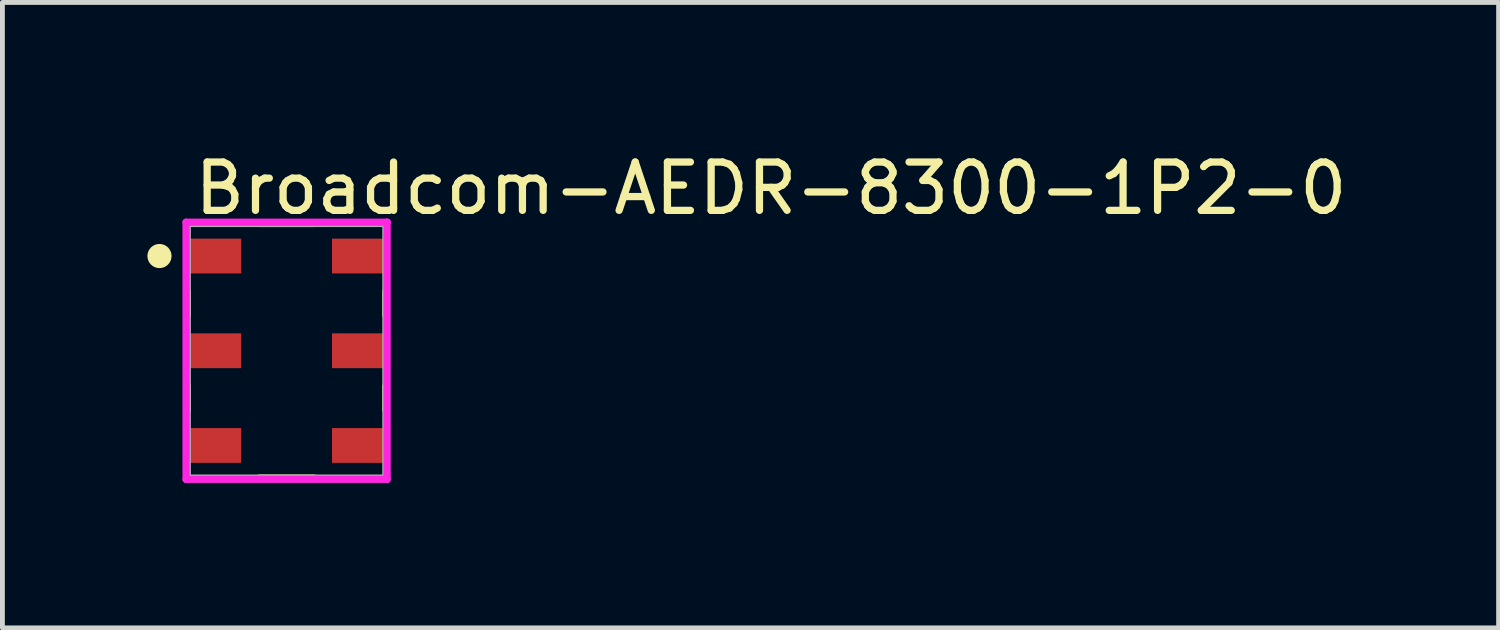
<source format=kicad_pcb>
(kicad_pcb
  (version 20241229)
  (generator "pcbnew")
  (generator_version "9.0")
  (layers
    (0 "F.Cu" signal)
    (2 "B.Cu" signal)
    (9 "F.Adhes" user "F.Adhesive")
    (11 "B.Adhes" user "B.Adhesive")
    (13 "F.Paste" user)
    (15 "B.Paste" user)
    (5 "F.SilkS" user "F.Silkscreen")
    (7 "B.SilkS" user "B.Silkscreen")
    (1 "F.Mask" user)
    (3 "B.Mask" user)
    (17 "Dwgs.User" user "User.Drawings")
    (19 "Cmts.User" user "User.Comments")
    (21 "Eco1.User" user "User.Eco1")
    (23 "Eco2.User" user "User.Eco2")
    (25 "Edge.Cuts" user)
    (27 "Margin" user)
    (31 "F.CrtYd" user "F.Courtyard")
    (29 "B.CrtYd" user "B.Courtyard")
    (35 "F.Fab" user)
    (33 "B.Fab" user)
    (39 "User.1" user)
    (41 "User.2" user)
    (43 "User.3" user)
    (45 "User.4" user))
  (footprint "Broadcom-AEDR-8300-1P2-0"
    (layer "F.Cu")
    (at 2.88 4.208)
    (property "Reference" "Broadcom-AEDR-8300-1P2-0" (at -1.98 -3.36 0) (layer "F.SilkS") (effects (font (size 1 1) (thickness 0.15)) (justify left)))
    (attr through_hole)
    (fp_line (start -2.055 -0.735) (end -2.055 -1.225) (stroke (width 0.15) (type solid)) (layer "F.SilkS"))
    (fp_line (start -2.055 1.225) (end -2.055 0.735) (stroke (width 0.15) (type solid)) (layer "F.SilkS"))
    (fp_line (start -0.565 -2.635) (end 0.565 -2.635) (stroke (width 0.15) (type solid)) (layer "F.SilkS"))
    (fp_line (start -0.565 2.635) (end 0.565 2.635) (stroke (width 0.15) (type solid)) (layer "F.SilkS"))
    (fp_line (start 2.055 -0.735) (end 2.055 -1.225) (stroke (width 0.15) (type solid)) (layer "F.SilkS"))
    (fp_line (start 2.055 1.225) (end 2.055 0.735) (stroke (width 0.15) (type solid)) (layer "F.SilkS"))
    (fp_circle (center -2.63 -1.96) (end -2.505 -1.96) (stroke (width 0.25) (type solid)) (fill no) (layer "F.SilkS"))
    (fp_line (start -2.08 -2.66) (end -2.08 2.66) (stroke (width 0.15) (type solid)) (layer "F.CrtYd"))
    (fp_line (start -2.08 2.66) (end 2.08 2.66) (stroke (width 0.15) (type solid)) (layer "F.CrtYd"))
    (fp_line (start 2.08 -2.66) (end -2.08 -2.66) (stroke (width 0.15) (type solid)) (layer "F.CrtYd"))
    (fp_line (start 2.08 -2.66) (end 2.08 -2.66) (stroke (width 0.15) (type solid)) (layer "F.CrtYd"))
    (fp_line (start 2.08 2.66) (end 2.08 -2.66) (stroke (width 0.15) (type solid)) (layer "F.CrtYd"))
    (fp_line (start -2.055 -2.635) (end 2.055 -2.635) (stroke (width 0.15) (type solid)) (layer "F.Fab"))
    (fp_line (start -2.055 2.635) (end -2.055 -2.635) (stroke (width 0.15) (type solid)) (layer "F.Fab"))
    (fp_line (start 2.055 -2.635) (end 2.055 2.635) (stroke (width 0.15) (type solid)) (layer "F.Fab"))
    (fp_line (start 2.055 2.635) (end -2.055 2.635) (stroke (width 0.15) (type solid)) (layer "F.Fab"))
    (pad "1" smd rect (at -1.48 -1.96) (size 1.08 0.72) (layers "F.Cu" "F.Mask" "F.Paste"))
    (pad "2" smd rect (at -1.48 0) (size 1.08 0.72) (layers "F.Cu" "F.Mask" "F.Paste"))
    (pad "3" smd rect (at -1.48 1.96) (size 1.08 0.72) (layers "F.Cu" "F.Mask" "F.Paste"))
    (pad "4" smd rect (at 1.48 1.96) (size 1.08 0.72) (layers "F.Cu" "F.Mask" "F.Paste"))
    (pad "5" smd rect (at 1.48 0) (size 1.08 0.72) (layers "F.Cu" "F.Mask" "F.Paste"))
    (pad "6" smd rect (at 1.48 -1.96) (size 1.08 0.72) (layers "F.Cu" "F.Mask" "F.Paste")))
  (gr_rect
    (start -3 -3)
    (end 27.96 9.943)
    (stroke (width 0.1) (type default))
    (fill no)
    (layer "Edge.Cuts")))
</source>
